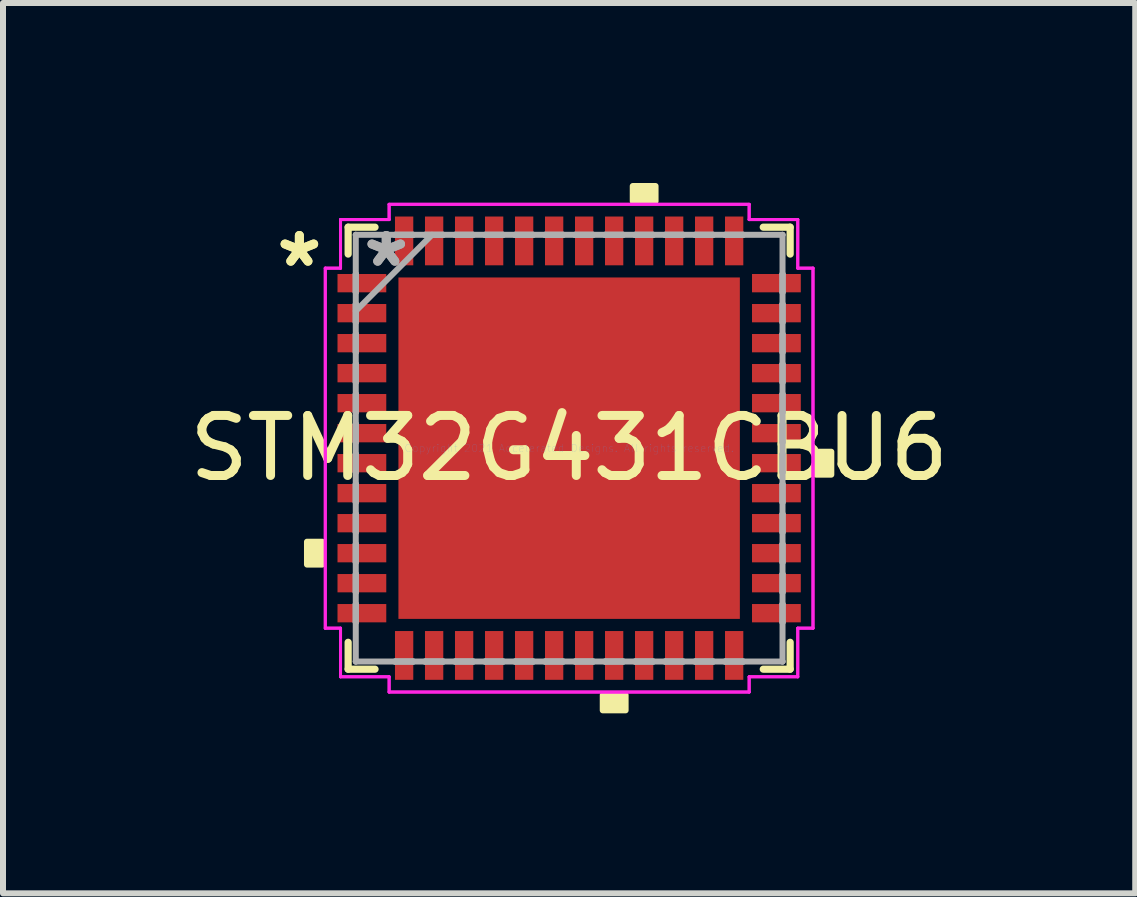
<source format=kicad_pcb>
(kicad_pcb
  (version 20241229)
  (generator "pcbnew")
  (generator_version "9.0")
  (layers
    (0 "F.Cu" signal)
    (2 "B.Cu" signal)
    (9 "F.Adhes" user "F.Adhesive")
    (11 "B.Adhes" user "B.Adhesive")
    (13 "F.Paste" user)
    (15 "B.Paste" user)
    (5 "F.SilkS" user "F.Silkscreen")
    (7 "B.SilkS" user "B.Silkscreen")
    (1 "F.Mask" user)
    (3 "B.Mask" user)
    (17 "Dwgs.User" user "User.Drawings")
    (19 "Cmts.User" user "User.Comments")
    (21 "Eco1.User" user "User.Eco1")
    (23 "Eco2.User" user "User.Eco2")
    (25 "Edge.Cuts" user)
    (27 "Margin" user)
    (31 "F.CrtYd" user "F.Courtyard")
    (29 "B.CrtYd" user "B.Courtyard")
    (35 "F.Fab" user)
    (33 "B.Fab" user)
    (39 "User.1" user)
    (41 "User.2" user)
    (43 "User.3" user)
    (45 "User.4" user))
  (footprint "STM32G431CBU6"
    (layer "F.Cu")
    (at 6.435 4.419)
    (property "Reference" "STM32G431CBU6" (at 0 0 0) (layer "F.SilkS") (effects (font (size 1 1) (thickness 0.15))))
    (attr through_hole)
    (fp_line (start -3.683 -3.683) (end -3.683 -3.235) (stroke (width 0.12) (type solid)) (layer "F.SilkS"))
    (fp_line (start -3.683 3.235) (end -3.683 3.683) (stroke (width 0.12) (type solid)) (layer "F.SilkS"))
    (fp_line (start -3.683 3.683) (end -3.235 3.683) (stroke (width 0.12) (type solid)) (layer "F.SilkS"))
    (fp_line (start -3.235 -3.683) (end -3.683 -3.683) (stroke (width 0.12) (type solid)) (layer "F.SilkS"))
    (fp_line (start 3.235 3.683) (end 3.683 3.683) (stroke (width 0.12) (type solid)) (layer "F.SilkS"))
    (fp_line (start 3.683 -3.683) (end 3.235 -3.683) (stroke (width 0.12) (type solid)) (layer "F.SilkS"))
    (fp_line (start 3.683 -3.235) (end 3.683 -3.683) (stroke (width 0.12) (type solid)) (layer "F.SilkS"))
    (fp_line (start 3.683 3.683) (end 3.683 3.235) (stroke (width 0.12) (type solid)) (layer "F.SilkS"))
    (fp_poly (pts (xy -4.369 1.559) (xy -4.369 1.94) (xy -4.115 1.94) (xy -4.115 1.559)) (stroke (width 0.1) (type solid)) (fill yes) (layer "F.SilkS"))
    (fp_poly (pts (xy 0.56 4.115) (xy 0.56 4.369) (xy 0.941 4.369) (xy 0.941 4.115)) (stroke (width 0.1) (type solid)) (fill yes) (layer "F.SilkS"))
    (fp_poly (pts (xy 1.06 -4.115) (xy 1.06 -4.369) (xy 1.44 -4.369) (xy 1.44 -4.115)) (stroke (width 0.1) (type solid)) (fill yes) (layer "F.SilkS"))
    (fp_poly (pts (xy 4.369 0.059) (xy 4.369 0.441) (xy 4.115 0.441) (xy 4.115 0.059)) (stroke (width 0.1) (type solid)) (fill yes) (layer "F.SilkS"))
    (fp_poly (pts (xy -2.745 -2.745) (xy -2.745 -1.522) (xy -1.522 -1.522) (xy -1.522 -2.745)) (stroke (width 0.1) (type solid)) (fill yes) (layer "F.Paste"))
    (fp_poly (pts (xy -2.745 -1.322) (xy -2.745 -0.1) (xy -1.522 -0.1) (xy -1.522 -1.322)) (stroke (width 0.1) (type solid)) (fill yes) (layer "F.Paste"))
    (fp_poly (pts (xy -2.745 0.1) (xy -2.745 1.322) (xy -1.522 1.322) (xy -1.522 0.1)) (stroke (width 0.1) (type solid)) (fill yes) (layer "F.Paste"))
    (fp_poly (pts (xy -2.745 1.522) (xy -2.745 2.745) (xy -1.522 2.745) (xy -1.522 1.522)) (stroke (width 0.1) (type solid)) (fill yes) (layer "F.Paste"))
    (fp_poly (pts (xy -1.322 -2.745) (xy -1.322 -1.522) (xy -0.1 -1.522) (xy -0.1 -2.745)) (stroke (width 0.1) (type solid)) (fill yes) (layer "F.Paste"))
    (fp_poly (pts (xy -1.322 -1.322) (xy -1.322 -0.1) (xy -0.1 -0.1) (xy -0.1 -1.322)) (stroke (width 0.1) (type solid)) (fill yes) (layer "F.Paste"))
    (fp_poly (pts (xy -1.322 0.1) (xy -1.322 1.322) (xy -0.1 1.322) (xy -0.1 0.1)) (stroke (width 0.1) (type solid)) (fill yes) (layer "F.Paste"))
    (fp_poly (pts (xy -1.322 1.522) (xy -1.322 2.745) (xy -0.1 2.745) (xy -0.1 1.522)) (stroke (width 0.1) (type solid)) (fill yes) (layer "F.Paste"))
    (fp_poly (pts (xy 0.1 -2.745) (xy 0.1 -1.522) (xy 1.322 -1.522) (xy 1.322 -2.745)) (stroke (width 0.1) (type solid)) (fill yes) (layer "F.Paste"))
    (fp_poly (pts (xy 0.1 -1.322) (xy 0.1 -0.1) (xy 1.322 -0.1) (xy 1.322 -1.322)) (stroke (width 0.1) (type solid)) (fill yes) (layer "F.Paste"))
    (fp_poly (pts (xy 0.1 0.1) (xy 0.1 1.322) (xy 1.322 1.322) (xy 1.322 0.1)) (stroke (width 0.1) (type solid)) (fill yes) (layer "F.Paste"))
    (fp_poly (pts (xy 0.1 1.522) (xy 0.1 2.745) (xy 1.322 2.745) (xy 1.322 1.522)) (stroke (width 0.1) (type solid)) (fill yes) (layer "F.Paste"))
    (fp_poly (pts (xy 1.522 -2.745) (xy 1.522 -1.522) (xy 2.745 -1.522) (xy 2.745 -2.745)) (stroke (width 0.1) (type solid)) (fill yes) (layer "F.Paste"))
    (fp_poly (pts (xy 1.522 -1.322) (xy 1.522 -0.1) (xy 2.745 -0.1) (xy 2.745 -1.322)) (stroke (width 0.1) (type solid)) (fill yes) (layer "F.Paste"))
    (fp_poly (pts (xy 1.522 0.1) (xy 1.522 1.322) (xy 2.745 1.322) (xy 2.745 0.1)) (stroke (width 0.1) (type solid)) (fill yes) (layer "F.Paste"))
    (fp_poly (pts (xy 1.522 1.522) (xy 1.522 2.745) (xy 2.745 2.745) (xy 2.745 1.522)) (stroke (width 0.1) (type solid)) (fill yes) (layer "F.Paste"))
    (fp_line (start -4.064 -3) (end -3.81 -3) (stroke (width 0.05) (type solid)) (layer "F.CrtYd"))
    (fp_line (start -4.064 -3) (end -3.81 -3) (stroke (width 0.05) (type solid)) (layer "F.CrtYd"))
    (fp_line (start -4.064 3) (end -4.064 -3) (stroke (width 0.05) (type solid)) (layer "F.CrtYd"))
    (fp_line (start -4.064 3) (end -4.064 -3) (stroke (width 0.05) (type solid)) (layer "F.CrtYd"))
    (fp_line (start -3.81 -3.81) (end -3 -3.81) (stroke (width 0.05) (type solid)) (layer "F.CrtYd"))
    (fp_line (start -3.81 -3.81) (end -3 -3.81) (stroke (width 0.05) (type solid)) (layer "F.CrtYd"))
    (fp_line (start -3.81 -3) (end -3.81 -3.81) (stroke (width 0.05) (type solid)) (layer "F.CrtYd"))
    (fp_line (start -3.81 -3) (end -3.81 -3.81) (stroke (width 0.05) (type solid)) (layer "F.CrtYd"))
    (fp_line (start -3.81 3) (end -4.064 3) (stroke (width 0.05) (type solid)) (layer "F.CrtYd"))
    (fp_line (start -3.81 3) (end -4.064 3) (stroke (width 0.05) (type solid)) (layer "F.CrtYd"))
    (fp_line (start -3.81 3.81) (end -3.81 3) (stroke (width 0.05) (type solid)) (layer "F.CrtYd"))
    (fp_line (start -3.81 3.81) (end -3.81 3) (stroke (width 0.05) (type solid)) (layer "F.CrtYd"))
    (fp_line (start -3 -4.064) (end 3 -4.064) (stroke (width 0.05) (type solid)) (layer "F.CrtYd"))
    (fp_line (start -3 -4.064) (end 3 -4.064) (stroke (width 0.05) (type solid)) (layer "F.CrtYd"))
    (fp_line (start -3 -3.81) (end -3 -4.064) (stroke (width 0.05) (type solid)) (layer "F.CrtYd"))
    (fp_line (start -3 -3.81) (end -3 -4.064) (stroke (width 0.05) (type solid)) (layer "F.CrtYd"))
    (fp_line (start -3 3.81) (end -3.81 3.81) (stroke (width 0.05) (type solid)) (layer "F.CrtYd"))
    (fp_line (start -3 3.81) (end -3.81 3.81) (stroke (width 0.05) (type solid)) (layer "F.CrtYd"))
    (fp_line (start -3 4.064) (end -3 3.81) (stroke (width 0.05) (type solid)) (layer "F.CrtYd"))
    (fp_line (start -3 4.064) (end -3 3.81) (stroke (width 0.05) (type solid)) (layer "F.CrtYd"))
    (fp_line (start 3 -4.064) (end 3 -3.81) (stroke (width 0.05) (type solid)) (layer "F.CrtYd"))
    (fp_line (start 3 -4.064) (end 3 -3.81) (stroke (width 0.05) (type solid)) (layer "F.CrtYd"))
    (fp_line (start 3 -3.81) (end 3.81 -3.81) (stroke (width 0.05) (type solid)) (layer "F.CrtYd"))
    (fp_line (start 3 -3.81) (end 3.81 -3.81) (stroke (width 0.05) (type solid)) (layer "F.CrtYd"))
    (fp_line (start 3 3.81) (end 3 4.064) (stroke (width 0.05) (type solid)) (layer "F.CrtYd"))
    (fp_line (start 3 3.81) (end 3 4.064) (stroke (width 0.05) (type solid)) (layer "F.CrtYd"))
    (fp_line (start 3 4.064) (end -3 4.064) (stroke (width 0.05) (type solid)) (layer "F.CrtYd"))
    (fp_line (start 3 4.064) (end -3 4.064) (stroke (width 0.05) (type solid)) (layer "F.CrtYd"))
    (fp_line (start 3.81 -3.81) (end 3.81 -3) (stroke (width 0.05) (type solid)) (layer "F.CrtYd"))
    (fp_line (start 3.81 -3.81) (end 3.81 -3) (stroke (width 0.05) (type solid)) (layer "F.CrtYd"))
    (fp_line (start 3.81 -3) (end 4.064 -3) (stroke (width 0.05) (type solid)) (layer "F.CrtYd"))
    (fp_line (start 3.81 -3) (end 4.064 -3) (stroke (width 0.05) (type solid)) (layer "F.CrtYd"))
    (fp_line (start 3.81 3) (end 3.81 3.81) (stroke (width 0.05) (type solid)) (layer "F.CrtYd"))
    (fp_line (start 3.81 3) (end 3.81 3.81) (stroke (width 0.05) (type solid)) (layer "F.CrtYd"))
    (fp_line (start 3.81 3.81) (end 3 3.81) (stroke (width 0.05) (type solid)) (layer "F.CrtYd"))
    (fp_line (start 3.81 3.81) (end 3 3.81) (stroke (width 0.05) (type solid)) (layer "F.CrtYd"))
    (fp_line (start 4.064 -3) (end 4.064 3) (stroke (width 0.05) (type solid)) (layer "F.CrtYd"))
    (fp_line (start 4.064 -3) (end 4.064 3) (stroke (width 0.05) (type solid)) (layer "F.CrtYd"))
    (fp_line (start 4.064 3) (end 3.81 3) (stroke (width 0.05) (type solid)) (layer "F.CrtYd"))
    (fp_line (start 4.064 3) (end 3.81 3) (stroke (width 0.05) (type solid)) (layer "F.CrtYd"))
    (fp_line (start -3.556 -3.556) (end -3.556 -3.556) (stroke (width 0.1) (type solid)) (layer "F.Fab"))
    (fp_line (start -3.556 -3.556) (end -3.556 3.556) (stroke (width 0.1) (type solid)) (layer "F.Fab"))
    (fp_line (start -3.556 -2.902) (end -3.556 -2.902) (stroke (width 0.1) (type solid)) (layer "F.Fab"))
    (fp_line (start -3.556 -2.902) (end -3.556 -2.598) (stroke (width 0.1) (type solid)) (layer "F.Fab"))
    (fp_line (start -3.556 -2.598) (end -3.556 -2.902) (stroke (width 0.1) (type solid)) (layer "F.Fab"))
    (fp_line (start -3.556 -2.598) (end -3.556 -2.598) (stroke (width 0.1) (type solid)) (layer "F.Fab"))
    (fp_line (start -3.556 -2.402) (end -3.556 -2.402) (stroke (width 0.1) (type solid)) (layer "F.Fab"))
    (fp_line (start -3.556 -2.402) (end -3.556 -2.098) (stroke (width 0.1) (type solid)) (layer "F.Fab"))
    (fp_line (start -3.556 -2.286) (end -2.286 -3.556) (stroke (width 0.1) (type solid)) (layer "F.Fab"))
    (fp_line (start -3.556 -2.098) (end -3.556 -2.402) (stroke (width 0.1) (type solid)) (layer "F.Fab"))
    (fp_line (start -3.556 -2.098) (end -3.556 -2.098) (stroke (width 0.1) (type solid)) (layer "F.Fab"))
    (fp_line (start -3.556 -1.902) (end -3.556 -1.902) (stroke (width 0.1) (type solid)) (layer "F.Fab"))
    (fp_line (start -3.556 -1.902) (end -3.556 -1.598) (stroke (width 0.1) (type solid)) (layer "F.Fab"))
    (fp_line (start -3.556 -1.598) (end -3.556 -1.902) (stroke (width 0.1) (type solid)) (layer "F.Fab"))
    (fp_line (start -3.556 -1.598) (end -3.556 -1.598) (stroke (width 0.1) (type solid)) (layer "F.Fab"))
    (fp_line (start -3.556 -1.402) (end -3.556 -1.402) (stroke (width 0.1) (type solid)) (layer "F.Fab"))
    (fp_line (start -3.556 -1.402) (end -3.556 -1.098) (stroke (width 0.1) (type solid)) (layer "F.Fab"))
    (fp_line (start -3.556 -1.098) (end -3.556 -1.402) (stroke (width 0.1) (type solid)) (layer "F.Fab"))
    (fp_line (start -3.556 -1.098) (end -3.556 -1.098) (stroke (width 0.1) (type solid)) (layer "F.Fab"))
    (fp_line (start -3.556 -0.902) (end -3.556 -0.902) (stroke (width 0.1) (type solid)) (layer "F.Fab"))
    (fp_line (start -3.556 -0.902) (end -3.556 -0.598) (stroke (width 0.1) (type solid)) (layer "F.Fab"))
    (fp_line (start -3.556 -0.598) (end -3.556 -0.902) (stroke (width 0.1) (type solid)) (layer "F.Fab"))
    (fp_line (start -3.556 -0.598) (end -3.556 -0.598) (stroke (width 0.1) (type solid)) (layer "F.Fab"))
    (fp_line (start -3.556 -0.402) (end -3.556 -0.402) (stroke (width 0.1) (type solid)) (layer "F.Fab"))
    (fp_line (start -3.556 -0.402) (end -3.556 -0.098) (stroke (width 0.1) (type solid)) (layer "F.Fab"))
    (fp_line (start -3.556 -0.098) (end -3.556 -0.402) (stroke (width 0.1) (type solid)) (layer "F.Fab"))
    (fp_line (start -3.556 -0.098) (end -3.556 -0.098) (stroke (width 0.1) (type solid)) (layer "F.Fab"))
    (fp_line (start -3.556 0.098) (end -3.556 0.098) (stroke (width 0.1) (type solid)) (layer "F.Fab"))
    (fp_line (start -3.556 0.098) (end -3.556 0.402) (stroke (width 0.1) (type solid)) (layer "F.Fab"))
    (fp_line (start -3.556 0.402) (end -3.556 0.098) (stroke (width 0.1) (type solid)) (layer "F.Fab"))
    (fp_line (start -3.556 0.402) (end -3.556 0.402) (stroke (width 0.1) (type solid)) (layer "F.Fab"))
    (fp_line (start -3.556 0.598) (end -3.556 0.598) (stroke (width 0.1) (type solid)) (layer "F.Fab"))
    (fp_line (start -3.556 0.598) (end -3.556 0.902) (stroke (width 0.1) (type solid)) (layer "F.Fab"))
    (fp_line (start -3.556 0.902) (end -3.556 0.598) (stroke (width 0.1) (type solid)) (layer "F.Fab"))
    (fp_line (start -3.556 0.902) (end -3.556 0.902) (stroke (width 0.1) (type solid)) (layer "F.Fab"))
    (fp_line (start -3.556 1.098) (end -3.556 1.098) (stroke (width 0.1) (type solid)) (layer "F.Fab"))
    (fp_line (start -3.556 1.098) (end -3.556 1.402) (stroke (width 0.1) (type solid)) (layer "F.Fab"))
    (fp_line (start -3.556 1.402) (end -3.556 1.098) (stroke (width 0.1) (type solid)) (layer "F.Fab"))
    (fp_line (start -3.556 1.402) (end -3.556 1.402) (stroke (width 0.1) (type solid)) (layer "F.Fab"))
    (fp_line (start -3.556 1.598) (end -3.556 1.598) (stroke (width 0.1) (type solid)) (layer "F.Fab"))
    (fp_line (start -3.556 1.598) (end -3.556 1.902) (stroke (width 0.1) (type solid)) (layer "F.Fab"))
    (fp_line (start -3.556 1.902) (end -3.556 1.598) (stroke (width 0.1) (type solid)) (layer "F.Fab"))
    (fp_line (start -3.556 1.902) (end -3.556 1.902) (stroke (width 0.1) (type solid)) (layer "F.Fab"))
    (fp_line (start -3.556 2.098) (end -3.556 2.098) (stroke (width 0.1) (type solid)) (layer "F.Fab"))
    (fp_line (start -3.556 2.098) (end -3.556 2.402) (stroke (width 0.1) (type solid)) (layer "F.Fab"))
    (fp_line (start -3.556 2.402) (end -3.556 2.098) (stroke (width 0.1) (type solid)) (layer "F.Fab"))
    (fp_line (start -3.556 2.402) (end -3.556 2.402) (stroke (width 0.1) (type solid)) (layer "F.Fab"))
    (fp_line (start -3.556 2.598) (end -3.556 2.598) (stroke (width 0.1) (type solid)) (layer "F.Fab"))
    (fp_line (start -3.556 2.598) (end -3.556 2.902) (stroke (width 0.1) (type solid)) (layer "F.Fab"))
    (fp_line (start -3.556 2.902) (end -3.556 2.598) (stroke (width 0.1) (type solid)) (layer "F.Fab"))
    (fp_line (start -3.556 2.902) (end -3.556 2.902) (stroke (width 0.1) (type solid)) (layer "F.Fab"))
    (fp_line (start -3.556 3.556) (end -3.556 3.556) (stroke (width 0.1) (type solid)) (layer "F.Fab"))
    (fp_line (start -3.556 3.556) (end 3.556 3.556) (stroke (width 0.1) (type solid)) (layer "F.Fab"))
    (fp_line (start -2.902 -3.556) (end -2.902 -3.556) (stroke (width 0.1) (type solid)) (layer "F.Fab"))
    (fp_line (start -2.902 -3.556) (end -2.598 -3.556) (stroke (width 0.1) (type solid)) (layer "F.Fab"))
    (fp_line (start -2.902 3.556) (end -2.902 3.556) (stroke (width 0.1) (type solid)) (layer "F.Fab"))
    (fp_line (start -2.902 3.556) (end -2.598 3.556) (stroke (width 0.1) (type solid)) (layer "F.Fab"))
    (fp_line (start -2.598 -3.556) (end -2.902 -3.556) (stroke (width 0.1) (type solid)) (layer "F.Fab"))
    (fp_line (start -2.598 -3.556) (end -2.598 -3.556) (stroke (width 0.1) (type solid)) (layer "F.Fab"))
    (fp_line (start -2.598 3.556) (end -2.902 3.556) (stroke (width 0.1) (type solid)) (layer "F.Fab"))
    (fp_line (start -2.598 3.556) (end -2.598 3.556) (stroke (width 0.1) (type solid)) (layer "F.Fab"))
    (fp_line (start -2.402 -3.556) (end -2.402 -3.556) (stroke (width 0.1) (type solid)) (layer "F.Fab"))
    (fp_line (start -2.402 -3.556) (end -2.098 -3.556) (stroke (width 0.1) (type solid)) (layer "F.Fab"))
    (fp_line (start -2.402 3.556) (end -2.402 3.556) (stroke (width 0.1) (type solid)) (layer "F.Fab"))
    (fp_line (start -2.402 3.556) (end -2.098 3.556) (stroke (width 0.1) (type solid)) (layer "F.Fab"))
    (fp_line (start -2.098 -3.556) (end -2.402 -3.556) (stroke (width 0.1) (type solid)) (layer "F.Fab"))
    (fp_line (start -2.098 -3.556) (end -2.098 -3.556) (stroke (width 0.1) (type solid)) (layer "F.Fab"))
    (fp_line (start -2.098 3.556) (end -2.402 3.556) (stroke (width 0.1) (type solid)) (layer "F.Fab"))
    (fp_line (start -2.098 3.556) (end -2.098 3.556) (stroke (width 0.1) (type solid)) (layer "F.Fab"))
    (fp_line (start -1.902 -3.556) (end -1.902 -3.556) (stroke (width 0.1) (type solid)) (layer "F.Fab"))
    (fp_line (start -1.902 -3.556) (end -1.598 -3.556) (stroke (width 0.1) (type solid)) (layer "F.Fab"))
    (fp_line (start -1.902 3.556) (end -1.902 3.556) (stroke (width 0.1) (type solid)) (layer "F.Fab"))
    (fp_line (start -1.902 3.556) (end -1.598 3.556) (stroke (width 0.1) (type solid)) (layer "F.Fab"))
    (fp_line (start -1.598 -3.556) (end -1.902 -3.556) (stroke (width 0.1) (type solid)) (layer "F.Fab"))
    (fp_line (start -1.598 -3.556) (end -1.598 -3.556) (stroke (width 0.1) (type solid)) (layer "F.Fab"))
    (fp_line (start -1.598 3.556) (end -1.902 3.556) (stroke (width 0.1) (type solid)) (layer "F.Fab"))
    (fp_line (start -1.598 3.556) (end -1.598 3.556) (stroke (width 0.1) (type solid)) (layer "F.Fab"))
    (fp_line (start -1.402 -3.556) (end -1.402 -3.556) (stroke (width 0.1) (type solid)) (layer "F.Fab"))
    (fp_line (start -1.402 -3.556) (end -1.098 -3.556) (stroke (width 0.1) (type solid)) (layer "F.Fab"))
    (fp_line (start -1.402 3.556) (end -1.402 3.556) (stroke (width 0.1) (type solid)) (layer "F.Fab"))
    (fp_line (start -1.402 3.556) (end -1.098 3.556) (stroke (width 0.1) (type solid)) (layer "F.Fab"))
    (fp_line (start -1.098 -3.556) (end -1.402 -3.556) (stroke (width 0.1) (type solid)) (layer "F.Fab"))
    (fp_line (start -1.098 -3.556) (end -1.098 -3.556) (stroke (width 0.1) (type solid)) (layer "F.Fab"))
    (fp_line (start -1.098 3.556) (end -1.402 3.556) (stroke (width 0.1) (type solid)) (layer "F.Fab"))
    (fp_line (start -1.098 3.556) (end -1.098 3.556) (stroke (width 0.1) (type solid)) (layer "F.Fab"))
    (fp_line (start -0.902 -3.556) (end -0.902 -3.556) (stroke (width 0.1) (type solid)) (layer "F.Fab"))
    (fp_line (start -0.902 -3.556) (end -0.598 -3.556) (stroke (width 0.1) (type solid)) (layer "F.Fab"))
    (fp_line (start -0.902 3.556) (end -0.902 3.556) (stroke (width 0.1) (type solid)) (layer "F.Fab"))
    (fp_line (start -0.902 3.556) (end -0.598 3.556) (stroke (width 0.1) (type solid)) (layer "F.Fab"))
    (fp_line (start -0.598 -3.556) (end -0.902 -3.556) (stroke (width 0.1) (type solid)) (layer "F.Fab"))
    (fp_line (start -0.598 -3.556) (end -0.598 -3.556) (stroke (width 0.1) (type solid)) (layer "F.Fab"))
    (fp_line (start -0.598 3.556) (end -0.902 3.556) (stroke (width 0.1) (type solid)) (layer "F.Fab"))
    (fp_line (start -0.598 3.556) (end -0.598 3.556) (stroke (width 0.1) (type solid)) (layer "F.Fab"))
    (fp_line (start -0.402 -3.556) (end -0.402 -3.556) (stroke (width 0.1) (type solid)) (layer "F.Fab"))
    (fp_line (start -0.402 -3.556) (end -0.098 -3.556) (stroke (width 0.1) (type solid)) (layer "F.Fab"))
    (fp_line (start -0.402 3.556) (end -0.402 3.556) (stroke (width 0.1) (type solid)) (layer "F.Fab"))
    (fp_line (start -0.402 3.556) (end -0.098 3.556) (stroke (width 0.1) (type solid)) (layer "F.Fab"))
    (fp_line (start -0.098 -3.556) (end -0.402 -3.556) (stroke (width 0.1) (type solid)) (layer "F.Fab"))
    (fp_line (start -0.098 -3.556) (end -0.098 -3.556) (stroke (width 0.1) (type solid)) (layer "F.Fab"))
    (fp_line (start -0.098 3.556) (end -0.402 3.556) (stroke (width 0.1) (type solid)) (layer "F.Fab"))
    (fp_line (start -0.098 3.556) (end -0.098 3.556) (stroke (width 0.1) (type solid)) (layer "F.Fab"))
    (fp_line (start 0.098 -3.556) (end 0.098 -3.556) (stroke (width 0.1) (type solid)) (layer "F.Fab"))
    (fp_line (start 0.098 -3.556) (end 0.402 -3.556) (stroke (width 0.1) (type solid)) (layer "F.Fab"))
    (fp_line (start 0.098 3.556) (end 0.098 3.556) (stroke (width 0.1) (type solid)) (layer "F.Fab"))
    (fp_line (start 0.098 3.556) (end 0.402 3.556) (stroke (width 0.1) (type solid)) (layer "F.Fab"))
    (fp_line (start 0.402 -3.556) (end 0.098 -3.556) (stroke (width 0.1) (type solid)) (layer "F.Fab"))
    (fp_line (start 0.402 -3.556) (end 0.402 -3.556) (stroke (width 0.1) (type solid)) (layer "F.Fab"))
    (fp_line (start 0.402 3.556) (end 0.098 3.556) (stroke (width 0.1) (type solid)) (layer "F.Fab"))
    (fp_line (start 0.402 3.556) (end 0.402 3.556) (stroke (width 0.1) (type solid)) (layer "F.Fab"))
    (fp_line (start 0.598 -3.556) (end 0.598 -3.556) (stroke (width 0.1) (type solid)) (layer "F.Fab"))
    (fp_line (start 0.598 -3.556) (end 0.902 -3.556) (stroke (width 0.1) (type solid)) (layer "F.Fab"))
    (fp_line (start 0.598 3.556) (end 0.598 3.556) (stroke (width 0.1) (type solid)) (layer "F.Fab"))
    (fp_line (start 0.598 3.556) (end 0.902 3.556) (stroke (width 0.1) (type solid)) (layer "F.Fab"))
    (fp_line (start 0.902 -3.556) (end 0.598 -3.556) (stroke (width 0.1) (type solid)) (layer "F.Fab"))
    (fp_line (start 0.902 -3.556) (end 0.902 -3.556) (stroke (width 0.1) (type solid)) (layer "F.Fab"))
    (fp_line (start 0.902 3.556) (end 0.598 3.556) (stroke (width 0.1) (type solid)) (layer "F.Fab"))
    (fp_line (start 0.902 3.556) (end 0.902 3.556) (stroke (width 0.1) (type solid)) (layer "F.Fab"))
    (fp_line (start 1.098 -3.556) (end 1.098 -3.556) (stroke (width 0.1) (type solid)) (layer "F.Fab"))
    (fp_line (start 1.098 -3.556) (end 1.402 -3.556) (stroke (width 0.1) (type solid)) (layer "F.Fab"))
    (fp_line (start 1.098 3.556) (end 1.098 3.556) (stroke (width 0.1) (type solid)) (layer "F.Fab"))
    (fp_line (start 1.098 3.556) (end 1.402 3.556) (stroke (width 0.1) (type solid)) (layer "F.Fab"))
    (fp_line (start 1.402 -3.556) (end 1.098 -3.556) (stroke (width 0.1) (type solid)) (layer "F.Fab"))
    (fp_line (start 1.402 -3.556) (end 1.402 -3.556) (stroke (width 0.1) (type solid)) (layer "F.Fab"))
    (fp_line (start 1.402 3.556) (end 1.098 3.556) (stroke (width 0.1) (type solid)) (layer "F.Fab"))
    (fp_line (start 1.402 3.556) (end 1.402 3.556) (stroke (width 0.1) (type solid)) (layer "F.Fab"))
    (fp_line (start 1.598 -3.556) (end 1.598 -3.556) (stroke (width 0.1) (type solid)) (layer "F.Fab"))
    (fp_line (start 1.598 -3.556) (end 1.902 -3.556) (stroke (width 0.1) (type solid)) (layer "F.Fab"))
    (fp_line (start 1.598 3.556) (end 1.598 3.556) (stroke (width 0.1) (type solid)) (layer "F.Fab"))
    (fp_line (start 1.598 3.556) (end 1.902 3.556) (stroke (width 0.1) (type solid)) (layer "F.Fab"))
    (fp_line (start 1.902 -3.556) (end 1.598 -3.556) (stroke (width 0.1) (type solid)) (layer "F.Fab"))
    (fp_line (start 1.902 -3.556) (end 1.902 -3.556) (stroke (width 0.1) (type solid)) (layer "F.Fab"))
    (fp_line (start 1.902 3.556) (end 1.598 3.556) (stroke (width 0.1) (type solid)) (layer "F.Fab"))
    (fp_line (start 1.902 3.556) (end 1.902 3.556) (stroke (width 0.1) (type solid)) (layer "F.Fab"))
    (fp_line (start 2.098 -3.556) (end 2.098 -3.556) (stroke (width 0.1) (type solid)) (layer "F.Fab"))
    (fp_line (start 2.098 -3.556) (end 2.402 -3.556) (stroke (width 0.1) (type solid)) (layer "F.Fab"))
    (fp_line (start 2.098 3.556) (end 2.098 3.556) (stroke (width 0.1) (type solid)) (layer "F.Fab"))
    (fp_line (start 2.098 3.556) (end 2.402 3.556) (stroke (width 0.1) (type solid)) (layer "F.Fab"))
    (fp_line (start 2.402 -3.556) (end 2.098 -3.556) (stroke (width 0.1) (type solid)) (layer "F.Fab"))
    (fp_line (start 2.402 -3.556) (end 2.402 -3.556) (stroke (width 0.1) (type solid)) (layer "F.Fab"))
    (fp_line (start 2.402 3.556) (end 2.098 3.556) (stroke (width 0.1) (type solid)) (layer "F.Fab"))
    (fp_line (start 2.402 3.556) (end 2.402 3.556) (stroke (width 0.1) (type solid)) (layer "F.Fab"))
    (fp_line (start 2.598 -3.556) (end 2.598 -3.556) (stroke (width 0.1) (type solid)) (layer "F.Fab"))
    (fp_line (start 2.598 -3.556) (end 2.902 -3.556) (stroke (width 0.1) (type solid)) (layer "F.Fab"))
    (fp_line (start 2.598 3.556) (end 2.598 3.556) (stroke (width 0.1) (type solid)) (layer "F.Fab"))
    (fp_line (start 2.598 3.556) (end 2.902 3.556) (stroke (width 0.1) (type solid)) (layer "F.Fab"))
    (fp_line (start 2.902 -3.556) (end 2.598 -3.556) (stroke (width 0.1) (type solid)) (layer "F.Fab"))
    (fp_line (start 2.902 -3.556) (end 2.902 -3.556) (stroke (width 0.1) (type solid)) (layer "F.Fab"))
    (fp_line (start 2.902 3.556) (end 2.598 3.556) (stroke (width 0.1) (type solid)) (layer "F.Fab"))
    (fp_line (start 2.902 3.556) (end 2.902 3.556) (stroke (width 0.1) (type solid)) (layer "F.Fab"))
    (fp_line (start 3.556 -3.556) (end -3.556 -3.556) (stroke (width 0.1) (type solid)) (layer "F.Fab"))
    (fp_line (start 3.556 -3.556) (end 3.556 -3.556) (stroke (width 0.1) (type solid)) (layer "F.Fab"))
    (fp_line (start 3.556 -2.902) (end 3.556 -2.902) (stroke (width 0.1) (type solid)) (layer "F.Fab"))
    (fp_line (start 3.556 -2.902) (end 3.556 -2.598) (stroke (width 0.1) (type solid)) (layer "F.Fab"))
    (fp_line (start 3.556 -2.598) (end 3.556 -2.902) (stroke (width 0.1) (type solid)) (layer "F.Fab"))
    (fp_line (start 3.556 -2.598) (end 3.556 -2.598) (stroke (width 0.1) (type solid)) (layer "F.Fab"))
    (fp_line (start 3.556 -2.402) (end 3.556 -2.402) (stroke (width 0.1) (type solid)) (layer "F.Fab"))
    (fp_line (start 3.556 -2.402) (end 3.556 -2.098) (stroke (width 0.1) (type solid)) (layer "F.Fab"))
    (fp_line (start 3.556 -2.098) (end 3.556 -2.402) (stroke (width 0.1) (type solid)) (layer "F.Fab"))
    (fp_line (start 3.556 -2.098) (end 3.556 -2.098) (stroke (width 0.1) (type solid)) (layer "F.Fab"))
    (fp_line (start 3.556 -1.902) (end 3.556 -1.902) (stroke (width 0.1) (type solid)) (layer "F.Fab"))
    (fp_line (start 3.556 -1.902) (end 3.556 -1.598) (stroke (width 0.1) (type solid)) (layer "F.Fab"))
    (fp_line (start 3.556 -1.598) (end 3.556 -1.902) (stroke (width 0.1) (type solid)) (layer "F.Fab"))
    (fp_line (start 3.556 -1.598) (end 3.556 -1.598) (stroke (width 0.1) (type solid)) (layer "F.Fab"))
    (fp_line (start 3.556 -1.402) (end 3.556 -1.402) (stroke (width 0.1) (type solid)) (layer "F.Fab"))
    (fp_line (start 3.556 -1.402) (end 3.556 -1.098) (stroke (width 0.1) (type solid)) (layer "F.Fab"))
    (fp_line (start 3.556 -1.098) (end 3.556 -1.402) (stroke (width 0.1) (type solid)) (layer "F.Fab"))
    (fp_line (start 3.556 -1.098) (end 3.556 -1.098) (stroke (width 0.1) (type solid)) (layer "F.Fab"))
    (fp_line (start 3.556 -0.902) (end 3.556 -0.902) (stroke (width 0.1) (type solid)) (layer "F.Fab"))
    (fp_line (start 3.556 -0.902) (end 3.556 -0.598) (stroke (width 0.1) (type solid)) (layer "F.Fab"))
    (fp_line (start 3.556 -0.598) (end 3.556 -0.902) (stroke (width 0.1) (type solid)) (layer "F.Fab"))
    (fp_line (start 3.556 -0.598) (end 3.556 -0.598) (stroke (width 0.1) (type solid)) (layer "F.Fab"))
    (fp_line (start 3.556 -0.402) (end 3.556 -0.402) (stroke (width 0.1) (type solid)) (layer "F.Fab"))
    (fp_line (start 3.556 -0.402) (end 3.556 -0.098) (stroke (width 0.1) (type solid)) (layer "F.Fab"))
    (fp_line (start 3.556 -0.098) (end 3.556 -0.402) (stroke (width 0.1) (type solid)) (layer "F.Fab"))
    (fp_line (start 3.556 -0.098) (end 3.556 -0.098) (stroke (width 0.1) (type solid)) (layer "F.Fab"))
    (fp_line (start 3.556 0.098) (end 3.556 0.098) (stroke (width 0.1) (type solid)) (layer "F.Fab"))
    (fp_line (start 3.556 0.098) (end 3.556 0.402) (stroke (width 0.1) (type solid)) (layer "F.Fab"))
    (fp_line (start 3.556 0.402) (end 3.556 0.098) (stroke (width 0.1) (type solid)) (layer "F.Fab"))
    (fp_line (start 3.556 0.402) (end 3.556 0.402) (stroke (width 0.1) (type solid)) (layer "F.Fab"))
    (fp_line (start 3.556 0.598) (end 3.556 0.598) (stroke (width 0.1) (type solid)) (layer "F.Fab"))
    (fp_line (start 3.556 0.598) (end 3.556 0.902) (stroke (width 0.1) (type solid)) (layer "F.Fab"))
    (fp_line (start 3.556 0.902) (end 3.556 0.598) (stroke (width 0.1) (type solid)) (layer "F.Fab"))
    (fp_line (start 3.556 0.902) (end 3.556 0.902) (stroke (width 0.1) (type solid)) (layer "F.Fab"))
    (fp_line (start 3.556 1.098) (end 3.556 1.098) (stroke (width 0.1) (type solid)) (layer "F.Fab"))
    (fp_line (start 3.556 1.098) (end 3.556 1.402) (stroke (width 0.1) (type solid)) (layer "F.Fab"))
    (fp_line (start 3.556 1.402) (end 3.556 1.098) (stroke (width 0.1) (type solid)) (layer "F.Fab"))
    (fp_line (start 3.556 1.402) (end 3.556 1.402) (stroke (width 0.1) (type solid)) (layer "F.Fab"))
    (fp_line (start 3.556 1.598) (end 3.556 1.598) (stroke (width 0.1) (type solid)) (layer "F.Fab"))
    (fp_line (start 3.556 1.598) (end 3.556 1.902) (stroke (width 0.1) (type solid)) (layer "F.Fab"))
    (fp_line (start 3.556 1.902) (end 3.556 1.598) (stroke (width 0.1) (type solid)) (layer "F.Fab"))
    (fp_line (start 3.556 1.902) (end 3.556 1.902) (stroke (width 0.1) (type solid)) (layer "F.Fab"))
    (fp_line (start 3.556 2.098) (end 3.556 2.098) (stroke (width 0.1) (type solid)) (layer "F.Fab"))
    (fp_line (start 3.556 2.098) (end 3.556 2.402) (stroke (width 0.1) (type solid)) (layer "F.Fab"))
    (fp_line (start 3.556 2.402) (end 3.556 2.098) (stroke (width 0.1) (type solid)) (layer "F.Fab"))
    (fp_line (start 3.556 2.402) (end 3.556 2.402) (stroke (width 0.1) (type solid)) (layer "F.Fab"))
    (fp_line (start 3.556 2.598) (end 3.556 2.598) (stroke (width 0.1) (type solid)) (layer "F.Fab"))
    (fp_line (start 3.556 2.598) (end 3.556 2.902) (stroke (width 0.1) (type solid)) (layer "F.Fab"))
    (fp_line (start 3.556 2.902) (end 3.556 2.598) (stroke (width 0.1) (type solid)) (layer "F.Fab"))
    (fp_line (start 3.556 2.902) (end 3.556 2.902) (stroke (width 0.1) (type solid)) (layer "F.Fab"))
    (fp_line (start 3.556 3.556) (end 3.556 -3.556) (stroke (width 0.1) (type solid)) (layer "F.Fab"))
    (fp_line (start 3.556 3.556) (end 3.556 3.556) (stroke (width 0.1) (type solid)) (layer "F.Fab"))
    (fp_text user "*" (at -4.496 -3 0) (layer "F.SilkS") (effects (font (size 1 1) (thickness 0.15))))
    (fp_text user "*" (at -4.496 -3 0) (layer "F.SilkS") (effects (font (size 1 1) (thickness 0.15))))
    (fp_text user "Copyright 2021 Accelerated Designs. All rights reserved." (at 0 0 0) (layer "Cmts.User") (effects (font (size 0.127 0.127) (thickness 0.002))))
    (fp_text user "*" (at -3.048 -3 0) (layer "F.Fab") (effects (font (size 1 1) (thickness 0.15))))
    (fp_text user "*" (at -3.048 -3 0) (layer "F.Fab") (effects (font (size 1 1) (thickness 0.15))))
    (pad "1" smd rect (at -3.454 -2.75 90) (size 0.305 0.813) (layers "F.Cu" "F.Mask" "F.Paste"))
    (pad "2" smd rect (at -3.454 -2.25 90) (size 0.305 0.813) (layers "F.Cu" "F.Mask" "F.Paste"))
    (pad "3" smd rect (at -3.454 -1.75 90) (size 0.305 0.813) (layers "F.Cu" "F.Mask" "F.Paste"))
    (pad "4" smd rect (at -3.454 -1.25 90) (size 0.305 0.813) (layers "F.Cu" "F.Mask" "F.Paste"))
    (pad "5" smd rect (at -3.454 -0.75 90) (size 0.305 0.813) (layers "F.Cu" "F.Mask" "F.Paste"))
    (pad "6" smd rect (at -3.454 -0.25 90) (size 0.305 0.813) (layers "F.Cu" "F.Mask" "F.Paste"))
    (pad "7" smd rect (at -3.454 0.25 90) (size 0.305 0.813) (layers "F.Cu" "F.Mask" "F.Paste"))
    (pad "8" smd rect (at -3.454 0.75 90) (size 0.305 0.813) (layers "F.Cu" "F.Mask" "F.Paste"))
    (pad "9" smd rect (at -3.454 1.25 90) (size 0.305 0.813) (layers "F.Cu" "F.Mask" "F.Paste"))
    (pad "10" smd rect (at -3.454 1.75 90) (size 0.305 0.813) (layers "F.Cu" "F.Mask" "F.Paste"))
    (pad "11" smd rect (at -3.454 2.25 90) (size 0.305 0.813) (layers "F.Cu" "F.Mask" "F.Paste"))
    (pad "12" smd rect (at -3.454 2.75 90) (size 0.305 0.813) (layers "F.Cu" "F.Mask" "F.Paste"))
    (pad "13" smd rect (at -2.75 3.454) (size 0.305 0.813) (layers "F.Cu" "F.Mask" "F.Paste"))
    (pad "14" smd rect (at -2.25 3.454) (size 0.305 0.813) (layers "F.Cu" "F.Mask" "F.Paste"))
    (pad "15" smd rect (at -1.75 3.454) (size 0.305 0.813) (layers "F.Cu" "F.Mask" "F.Paste"))
    (pad "16" smd rect (at -1.25 3.454) (size 0.305 0.813) (layers "F.Cu" "F.Mask" "F.Paste"))
    (pad "17" smd rect (at -0.75 3.454) (size 0.305 0.813) (layers "F.Cu" "F.Mask" "F.Paste"))
    (pad "18" smd rect (at -0.25 3.454) (size 0.305 0.813) (layers "F.Cu" "F.Mask" "F.Paste"))
    (pad "19" smd rect (at 0.25 3.454) (size 0.305 0.813) (layers "F.Cu" "F.Mask" "F.Paste"))
    (pad "20" smd rect (at 0.75 3.454) (size 0.305 0.813) (layers "F.Cu" "F.Mask" "F.Paste"))
    (pad "21" smd rect (at 1.25 3.454) (size 0.305 0.813) (layers "F.Cu" "F.Mask" "F.Paste"))
    (pad "22" smd rect (at 1.75 3.454) (size 0.305 0.813) (layers "F.Cu" "F.Mask" "F.Paste"))
    (pad "23" smd rect (at 2.25 3.454) (size 0.305 0.813) (layers "F.Cu" "F.Mask" "F.Paste"))
    (pad "24" smd rect (at 2.75 3.454) (size 0.305 0.813) (layers "F.Cu" "F.Mask" "F.Paste"))
    (pad "25" smd rect (at 3.454 2.75 90) (size 0.305 0.813) (layers "F.Cu" "F.Mask" "F.Paste"))
    (pad "26" smd rect (at 3.454 2.25 90) (size 0.305 0.813) (layers "F.Cu" "F.Mask" "F.Paste"))
    (pad "27" smd rect (at 3.454 1.75 90) (size 0.305 0.813) (layers "F.Cu" "F.Mask" "F.Paste"))
    (pad "28" smd rect (at 3.454 1.25 90) (size 0.305 0.813) (layers "F.Cu" "F.Mask" "F.Paste"))
    (pad "29" smd rect (at 3.454 0.75 90) (size 0.305 0.813) (layers "F.Cu" "F.Mask" "F.Paste"))
    (pad "30" smd rect (at 3.454 0.25 90) (size 0.305 0.813) (layers "F.Cu" "F.Mask" "F.Paste"))
    (pad "31" smd rect (at 3.454 -0.25 90) (size 0.305 0.813) (layers "F.Cu" "F.Mask" "F.Paste"))
    (pad "32" smd rect (at 3.454 -0.75 90) (size 0.305 0.813) (layers "F.Cu" "F.Mask" "F.Paste"))
    (pad "33" smd rect (at 3.454 -1.25 90) (size 0.305 0.813) (layers "F.Cu" "F.Mask" "F.Paste"))
    (pad "34" smd rect (at 3.454 -1.75 90) (size 0.305 0.813) (layers "F.Cu" "F.Mask" "F.Paste"))
    (pad "35" smd rect (at 3.454 -2.25 90) (size 0.305 0.813) (layers "F.Cu" "F.Mask" "F.Paste"))
    (pad "36" smd rect (at 3.454 -2.75 90) (size 0.305 0.813) (layers "F.Cu" "F.Mask" "F.Paste"))
    (pad "37" smd rect (at 2.75 -3.454) (size 0.305 0.813) (layers "F.Cu" "F.Mask" "F.Paste"))
    (pad "38" smd rect (at 2.25 -3.454) (size 0.305 0.813) (layers "F.Cu" "F.Mask" "F.Paste"))
    (pad "39" smd rect (at 1.75 -3.454) (size 0.305 0.813) (layers "F.Cu" "F.Mask" "F.Paste"))
    (pad "40" smd rect (at 1.25 -3.454) (size 0.305 0.813) (layers "F.Cu" "F.Mask" "F.Paste"))
    (pad "41" smd rect (at 0.75 -3.454) (size 0.305 0.813) (layers "F.Cu" "F.Mask" "F.Paste"))
    (pad "42" smd rect (at 0.25 -3.454) (size 0.305 0.813) (layers "F.Cu" "F.Mask" "F.Paste"))
    (pad "43" smd rect (at -0.25 -3.454) (size 0.305 0.813) (layers "F.Cu" "F.Mask" "F.Paste"))
    (pad "44" smd rect (at -0.75 -3.454) (size 0.305 0.813) (layers "F.Cu" "F.Mask" "F.Paste"))
    (pad "45" smd rect (at -1.25 -3.454) (size 0.305 0.813) (layers "F.Cu" "F.Mask" "F.Paste"))
    (pad "46" smd rect (at -1.75 -3.454) (size 0.305 0.813) (layers "F.Cu" "F.Mask" "F.Paste"))
    (pad "47" smd rect (at -2.25 -3.454) (size 0.305 0.813) (layers "F.Cu" "F.Mask" "F.Paste"))
    (pad "48" smd rect (at -2.75 -3.454) (size 0.305 0.813) (layers "F.Cu" "F.Mask" "F.Paste"))
    (pad "49" smd rect (at 0 0) (size 5.69 5.69) (layers "F.Cu" "F.Mask")))
  (gr_rect
    (start -3 -3)
    (end 15.869 11.838)
    (stroke (width 0.1) (type default))
    (fill no)
    (layer "Edge.Cuts")))
</source>
